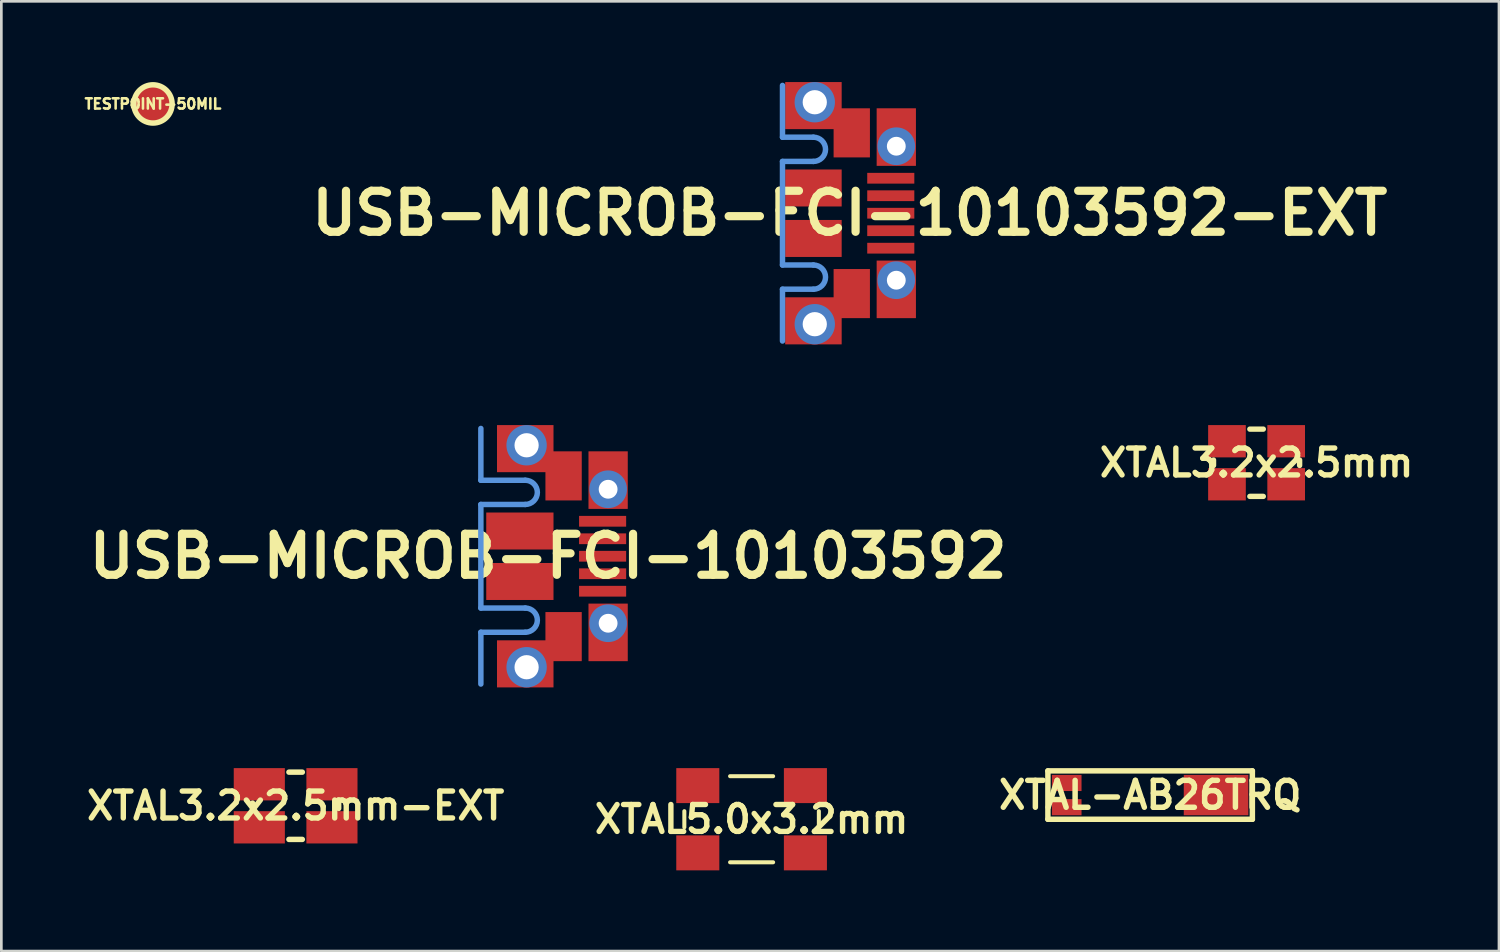
<source format=kicad_pcb>
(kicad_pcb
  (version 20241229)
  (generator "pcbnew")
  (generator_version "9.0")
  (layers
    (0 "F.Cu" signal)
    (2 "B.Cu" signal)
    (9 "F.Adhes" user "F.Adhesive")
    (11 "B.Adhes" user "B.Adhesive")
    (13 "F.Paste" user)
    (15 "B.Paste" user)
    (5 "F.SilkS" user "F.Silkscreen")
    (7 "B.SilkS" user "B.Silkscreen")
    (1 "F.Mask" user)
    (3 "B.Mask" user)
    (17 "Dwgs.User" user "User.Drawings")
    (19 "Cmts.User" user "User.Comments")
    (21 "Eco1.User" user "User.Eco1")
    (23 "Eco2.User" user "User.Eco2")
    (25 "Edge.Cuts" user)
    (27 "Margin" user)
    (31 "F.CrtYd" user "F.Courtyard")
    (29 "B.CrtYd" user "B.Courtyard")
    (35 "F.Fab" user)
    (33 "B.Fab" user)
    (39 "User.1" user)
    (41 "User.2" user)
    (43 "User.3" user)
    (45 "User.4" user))
  (footprint "XTAL3.2x2.5mm"
    (layer "F.Cu")
    (at 43.655 14.15)
    (property "Reference" "XTAL3.2x2.5mm" (at 0 0 0) (layer "F.SilkS") (effects (font (size 1 1) (thickness 0.2))))
    (attr through_hole)
    (fp_line (start -1.6 0.1) (end -1.6 -0.1) (stroke (width 0.2) (type solid)) (layer "F.SilkS"))
    (fp_line (start -0.25 -1.25) (end 0.25 -1.25) (stroke (width 0.2) (type solid)) (layer "F.SilkS"))
    (fp_line (start -0.25 1.25) (end 0.25 1.25) (stroke (width 0.2) (type solid)) (layer "F.SilkS"))
    (fp_line (start 1.6 0.1) (end 1.6 -0.1) (stroke (width 0.2) (type solid)) (layer "F.SilkS"))
    (pad "1" smd rect (at -1.1 0.8) (size 1.4 1.2) (layers "F.Cu" "F.Mask" "F.Paste"))
    (pad "2" smd rect (at 1.1 0.8) (size 1.4 1.2) (layers "F.Cu" "F.Mask" "F.Paste"))
    (pad "3" smd rect (at 1.1 -0.8) (size 1.4 1.2) (layers "F.Cu" "F.Mask" "F.Paste"))
    (pad "4" smd rect (at -1.1 -0.8) (size 1.4 1.2) (layers "F.Cu" "F.Mask" "F.Paste")))
  (footprint "XTAL3.2x2.5mm-EXT"
    (layer "F.Cu")
    (at 7.938 26.9)
    (property "Reference" "XTAL3.2x2.5mm-EXT" (at 0 0 0) (layer "F.SilkS") (effects (font (size 1 1) (thickness 0.2))))
    (attr through_hole)
    (fp_line (start -1.6 0.099) (end -1.6 -0.099) (stroke (width 0.203) (type solid)) (layer "F.SilkS"))
    (fp_line (start -0.249 -1.25) (end 0.249 -1.25) (stroke (width 0.203) (type solid)) (layer "F.SilkS"))
    (fp_line (start -0.249 1.25) (end 0.249 1.25) (stroke (width 0.203) (type solid)) (layer "F.SilkS"))
    (fp_line (start 1.6 0.099) (end 1.6 -0.099) (stroke (width 0.203) (type solid)) (layer "F.SilkS"))
    (pad "1" smd rect (at -1.35 0.8) (size 1.9 1.2) (layers "F.Cu" "F.Mask" "F.Paste"))
    (pad "2" smd rect (at 1.35 0.8) (size 1.9 1.2) (layers "F.Cu" "F.Mask" "F.Paste"))
    (pad "3" smd rect (at 1.35 -0.8) (size 1.9 1.2) (layers "F.Cu" "F.Mask" "F.Paste"))
    (pad "4" smd rect (at -1.35 -0.8) (size 1.9 1.2) (layers "F.Cu" "F.Mask" "F.Paste")))
  (footprint "XTAL5.0x3.2mm"
    (layer "F.Cu")
    (at 24.886 27.4)
    (property "Reference" "XTAL5.0x3.2mm" (at 0 0 0) (layer "F.SilkS") (effects (font (size 1 1) (thickness 0.2))))
    (attr through_hole)
    (fp_line (start -2.5 -0.3) (end -2.5 0.3) (stroke (width 0.15) (type solid)) (layer "F.SilkS"))
    (fp_line (start -0.8 -1.6) (end 0.8 -1.6) (stroke (width 0.15) (type solid)) (layer "F.SilkS"))
    (fp_line (start -0.8 1.6) (end 0.8 1.6) (stroke (width 0.15) (type solid)) (layer "F.SilkS"))
    (fp_line (start 2.5 -0.3) (end 2.5 0.3) (stroke (width 0.15) (type solid)) (layer "F.SilkS"))
    (pad "1" smd rect (at -2 1.25) (size 1.6 1.3) (layers "F.Cu" "F.Mask" "F.Paste"))
    (pad "2" smd rect (at 2 1.25) (size 1.6 1.3) (layers "F.Cu" "F.Mask" "F.Paste"))
    (pad "3" smd rect (at 2 -1.25) (size 1.6 1.3) (layers "F.Cu" "F.Mask" "F.Paste"))
    (pad "4" smd rect (at -2 -1.25) (size 1.6 1.3) (layers "F.Cu" "F.Mask" "F.Paste")))
  (footprint "TESTPOINT-50MIL"
    (layer "F.Cu")
    (at 2.636 0.813)
    (property "Reference" "TESTPOINT-50MIL" (at 0 0 0) (layer "F.SilkS") (effects (font (size 0.381 0.381) (thickness 0.097))))
    (attr through_hole)
    (fp_circle (center 0 0) (end 0.711 0) (stroke (width 0.203) (type solid)) (fill no) (layer "F.SilkS"))
    (pad "1" smd circle (at 0 0) (size 1.27 1.27) (layers "F.Cu" "F.Mask")))
  (footprint "USB-MICROB-FCI-10103592-EXT"
    (layer "F.Cu")
    (at 26.034 4.875)
    (property "Reference" "USB-MICROB-FCI-10103592-EXT" (at 2.499 0 0) (layer "F.SilkS") (effects (font (size 1.524 1.524) (thickness 0.305))))
    (attr through_hole)
    (fp_line (start 0 -2.825) (end 0 -4.75) (stroke (width 0.203) (type solid)) (layer "Cmts.User"))
    (fp_line (start 0 -2.825) (end 1.15 -2.825) (stroke (width 0.203) (type solid)) (layer "Cmts.User"))
    (fp_line (start 0 -1.925) (end 0 1.925) (stroke (width 0.203) (type solid)) (layer "Cmts.User"))
    (fp_line (start 0 -1.925) (end 1.15 -1.925) (stroke (width 0.203) (type solid)) (layer "Cmts.User"))
    (fp_line (start 0 1.925) (end 1.15 1.925) (stroke (width 0.203) (type solid)) (layer "Cmts.User"))
    (fp_line (start 0 2.825) (end 0 4.75) (stroke (width 0.203) (type solid)) (layer "Cmts.User"))
    (fp_line (start 0 2.825) (end 1.15 2.825) (stroke (width 0.203) (type solid)) (layer "Cmts.User"))
    (fp_arc (start 1.15 -2.825) (mid 1.6 -2.375) (end 1.15 -1.925) (stroke (width 0.2032) (type solid)) (layer "Cmts.User"))
    (fp_arc (start 1.15 1.925) (mid 1.6 2.375) (end 1.15 2.825) (stroke (width 0.2032) (type solid)) (layer "Cmts.User"))
    (pad "0" smd rect (at 1.15 -4) (size 2.1 1.75) (layers "F.Cu" "F.Mask" "F.Paste"))
    (pad "0" smd rect (at 1.15 -0.938) (size 2.1 1.375) (layers "F.Cu" "F.Mask" "F.Paste"))
    (pad "0" smd rect (at 1.15 0.938) (size 2.1 1.375) (layers "F.Cu" "F.Mask" "F.Paste"))
    (pad "0" smd rect (at 1.15 4) (size 2.1 1.75) (layers "F.Cu" "F.Mask" "F.Paste"))
    (pad "0" thru_hole circle (at 1.2 -4.125) (size 1.5 1.5) (drill 0.9) (layers "*.Cu" "*.Mask"))
    (pad "0" thru_hole circle (at 1.2 4.125) (size 1.5 1.5) (drill 0.9) (layers "*.Cu" "*.Mask"))
    (pad "0" smd rect (at 2.575 -2.987) (size 1.35 1.825) (layers "F.Cu" "F.Mask"))
    (pad "0" smd rect (at 2.575 2.987) (size 1.35 1.825) (layers "F.Cu" "F.Mask"))
    (pad "0" smd rect (at 4.23 -2.83) (size 1.46 2.14) (layers "F.Cu" "F.Mask" "F.Paste"))
    (pad "0" thru_hole circle (at 4.23 -2.49) (size 1.4 1.4) (drill 0.7) (layers "*.Cu" "*.Mask"))
    (pad "0" thru_hole circle (at 4.23 2.49) (size 1.4 1.4) (drill 0.7) (layers "*.Cu" "*.Mask"))
    (pad "0" smd rect (at 4.23 2.83) (size 1.46 2.14) (layers "F.Cu" "F.Mask" "F.Paste"))
    (pad "1" smd rect (at 4.025 1.3) (size 1.75 0.4) (layers "F.Cu" "F.Mask" "F.Paste"))
    (pad "2" smd rect (at 4.025 0.65) (size 1.75 0.4) (layers "F.Cu" "F.Mask" "F.Paste"))
    (pad "3" smd rect (at 4.025 0) (size 1.75 0.4) (layers "F.Cu" "F.Mask" "F.Paste"))
    (pad "4" smd rect (at 4.025 -0.65) (size 1.75 0.4) (layers "F.Cu" "F.Mask" "F.Paste"))
    (pad "5" smd rect (at 4.025 -1.3) (size 1.75 0.4) (layers "F.Cu" "F.Mask" "F.Paste")))
  (footprint "XTAL-AB26TRQ"
    (layer "F.Cu")
    (at 36.599 26.502)
    (property "Reference" "XTAL-AB26TRQ" (at 3.1 0 0) (layer "F.SilkS") (effects (font (size 1.001 1.001) (thickness 0.203))))
    (attr through_hole)
    (fp_line (start -0.7 -0.9) (end 6.9 -0.9) (stroke (width 0.203) (type solid)) (layer "F.SilkS"))
    (fp_line (start -0.7 0.9) (end -0.7 -0.9) (stroke (width 0.203) (type solid)) (layer "F.SilkS"))
    (fp_line (start 6.9 -0.9) (end 6.9 0.9) (stroke (width 0.203) (type solid)) (layer "F.SilkS"))
    (fp_line (start 6.9 0.9) (end -0.7 0.9) (stroke (width 0.203) (type solid)) (layer "F.SilkS"))
    (pad "0" smd rect (at 5.55 0) (size 2.4 1.5) (layers "F.Cu" "F.Mask" "F.Paste"))
    (pad "1" smd rect (at 0 -0.45) (size 1.1 0.6) (layers "F.Cu" "F.Mask" "F.Paste"))
    (pad "2" smd rect (at 0 0.45) (size 1.1 0.6) (layers "F.Cu" "F.Mask" "F.Paste")))
  (footprint "USB-MICROB-FCI-10103592"
    (layer "F.Cu")
    (at 14.823 17.625)
    (property "Reference" "USB-MICROB-FCI-10103592" (at 2.499 0 0) (layer "F.SilkS") (effects (font (size 1.524 1.524) (thickness 0.305))))
    (attr through_hole)
    (fp_line (start 0 -2.825) (end 0 -4.75) (stroke (width 0.203) (type solid)) (layer "Cmts.User"))
    (fp_line (start 0 -2.825) (end 1.65 -2.825) (stroke (width 0.203) (type solid)) (layer "Cmts.User"))
    (fp_line (start 0 -1.925) (end 0 1.925) (stroke (width 0.203) (type solid)) (layer "Cmts.User"))
    (fp_line (start 0 -1.925) (end 1.65 -1.925) (stroke (width 0.203) (type solid)) (layer "Cmts.User"))
    (fp_line (start 0 1.925) (end 1.65 1.925) (stroke (width 0.203) (type solid)) (layer "Cmts.User"))
    (fp_line (start 0 2.825) (end 0 4.75) (stroke (width 0.203) (type solid)) (layer "Cmts.User"))
    (fp_line (start 0 2.825) (end 1.65 2.825) (stroke (width 0.203) (type solid)) (layer "Cmts.User"))
    (fp_arc (start 1.65 -2.825) (mid 2.1 -2.375) (end 1.65 -1.925) (stroke (width 0.2032) (type solid)) (layer "Cmts.User"))
    (fp_arc (start 1.65 1.925) (mid 2.1 2.375) (end 1.65 2.825) (stroke (width 0.2032) (type solid)) (layer "Cmts.User"))
    (pad "0" smd rect (at 1.45 -0.938) (size 2.5 1.375) (layers "F.Cu" "F.Mask" "F.Paste"))
    (pad "0" smd rect (at 1.45 0.938) (size 2.5 1.375) (layers "F.Cu" "F.Mask" "F.Paste"))
    (pad "0" smd rect (at 1.65 -4) (size 2.1 1.75) (layers "F.Cu" "F.Mask" "F.Paste"))
    (pad "0" smd rect (at 1.65 4) (size 2.1 1.75) (layers "F.Cu" "F.Mask" "F.Paste"))
    (pad "0" thru_hole circle (at 1.7 -4.125) (size 1.5 1.5) (drill 0.9) (layers "*.Cu" "*.Mask"))
    (pad "0" thru_hole circle (at 1.7 4.125) (size 1.5 1.5) (drill 0.9) (layers "*.Cu" "*.Mask"))
    (pad "0" smd rect (at 3.075 -2.987) (size 1.35 1.825) (layers "F.Cu" "F.Mask"))
    (pad "0" smd rect (at 3.075 2.987) (size 1.35 1.825) (layers "F.Cu" "F.Mask"))
    (pad "0" smd rect (at 4.73 -2.83) (size 1.46 2.14) (layers "F.Cu" "F.Mask" "F.Paste"))
    (pad "0" thru_hole circle (at 4.73 -2.49) (size 1.4 1.4) (drill 0.7) (layers "*.Cu" "*.Mask"))
    (pad "0" thru_hole circle (at 4.73 2.49) (size 1.4 1.4) (drill 0.7) (layers "*.Cu" "*.Mask"))
    (pad "0" smd rect (at 4.73 2.83) (size 1.46 2.14) (layers "F.Cu" "F.Mask" "F.Paste"))
    (pad "1" smd rect (at 4.525 1.3) (size 1.75 0.4) (layers "F.Cu" "F.Mask" "F.Paste"))
    (pad "2" smd rect (at 4.525 0.65) (size 1.75 0.4) (layers "F.Cu" "F.Mask" "F.Paste"))
    (pad "3" smd rect (at 4.525 0) (size 1.75 0.4) (layers "F.Cu" "F.Mask" "F.Paste"))
    (pad "4" smd rect (at 4.525 -0.65) (size 1.75 0.4) (layers "F.Cu" "F.Mask" "F.Paste"))
    (pad "5" smd rect (at 4.525 -1.3) (size 1.75 0.4) (layers "F.Cu" "F.Mask" "F.Paste")))
  (gr_rect
    (start -3 -3)
    (end 52.665 32.3)
    (stroke (width 0.1) (type default))
    (fill no)
    (layer "Edge.Cuts")))
</source>
